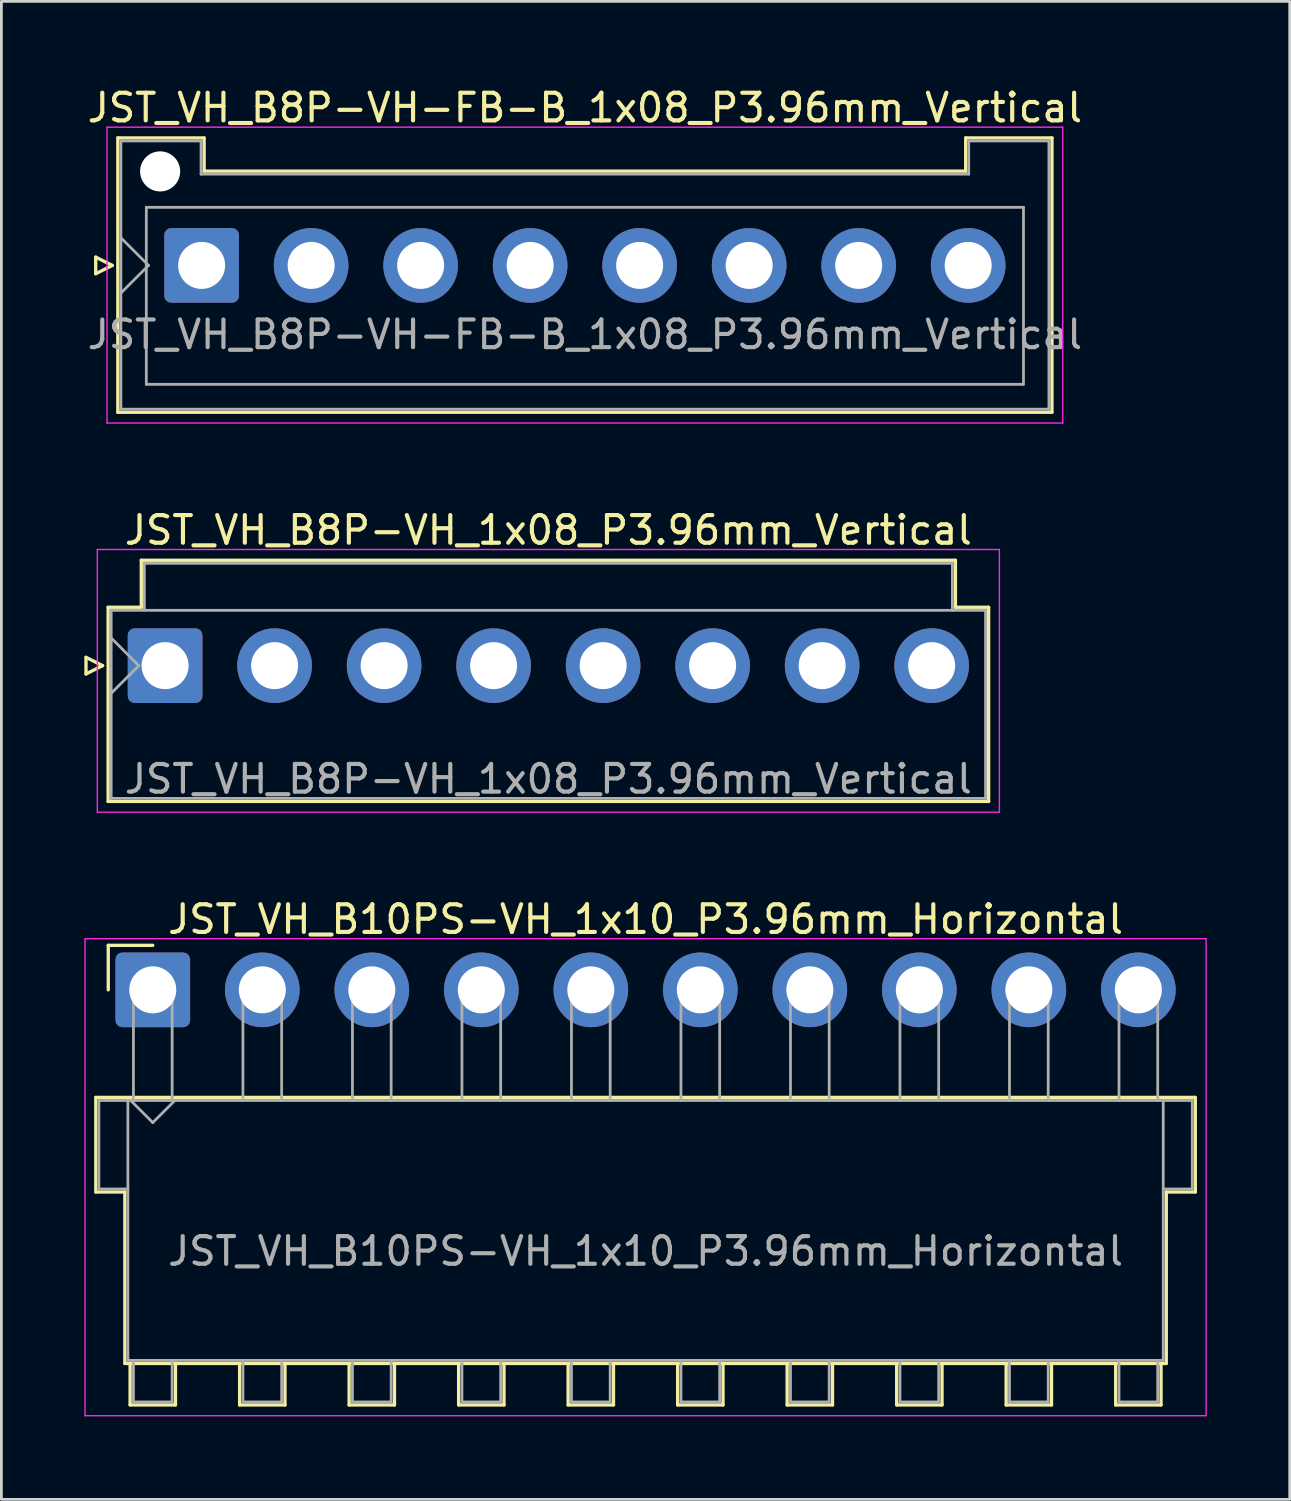
<source format=kicad_pcb>
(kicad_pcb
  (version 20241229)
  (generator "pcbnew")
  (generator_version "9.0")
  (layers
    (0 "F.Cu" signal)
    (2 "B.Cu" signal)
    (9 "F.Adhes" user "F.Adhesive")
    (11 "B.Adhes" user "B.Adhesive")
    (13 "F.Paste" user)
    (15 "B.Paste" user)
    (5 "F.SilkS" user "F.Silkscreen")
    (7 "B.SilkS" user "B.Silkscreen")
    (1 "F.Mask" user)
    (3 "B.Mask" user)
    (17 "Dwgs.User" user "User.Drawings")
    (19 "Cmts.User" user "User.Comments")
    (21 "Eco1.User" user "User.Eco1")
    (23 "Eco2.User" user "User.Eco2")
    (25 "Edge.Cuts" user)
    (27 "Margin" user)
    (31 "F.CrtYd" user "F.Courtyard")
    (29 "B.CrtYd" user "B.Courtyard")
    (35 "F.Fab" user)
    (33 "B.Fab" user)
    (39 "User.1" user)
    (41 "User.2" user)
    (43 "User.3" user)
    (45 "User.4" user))
  (footprint "JST_VH_B10PS-VH_1x10_P3.96mm_Horizontal"
    (layer "F.Cu")
    (at 2.475 32.745)
    (property "Reference" "JST_VH_B10PS-VH_1x10_P3.96mm_Horizontal" (at 17.82 -2.55 0) (layer "F.SilkS") (effects (font (size 1 1) (thickness 0.15))))
    (attr through_hole)
    (fp_line (start -2.06 3.89) (end 37.7 3.89) (stroke (width 0.12) (type solid)) (layer "F.SilkS"))
    (fp_line (start -2.06 7.31) (end -2.06 3.89) (stroke (width 0.12) (type solid)) (layer "F.SilkS"))
    (fp_line (start -1.61 -1.61) (end -1.61 0) (stroke (width 0.12) (type solid)) (layer "F.SilkS"))
    (fp_line (start -1.01 7.31) (end -2.06 7.31) (stroke (width 0.12) (type solid)) (layer "F.SilkS"))
    (fp_line (start -1.01 13.51) (end -1.01 7.31) (stroke (width 0.12) (type solid)) (layer "F.SilkS"))
    (fp_line (start -0.82 13.51) (end -0.82 15.01) (stroke (width 0.12) (type solid)) (layer "F.SilkS"))
    (fp_line (start -0.82 15.01) (end 0.82 15.01) (stroke (width 0.12) (type solid)) (layer "F.SilkS"))
    (fp_line (start 0 -1.61) (end -1.61 -1.61) (stroke (width 0.12) (type solid)) (layer "F.SilkS"))
    (fp_line (start 0.82 15.01) (end 0.82 13.51) (stroke (width 0.12) (type solid)) (layer "F.SilkS"))
    (fp_line (start 3.14 13.51) (end 3.14 15.01) (stroke (width 0.12) (type solid)) (layer "F.SilkS"))
    (fp_line (start 3.14 15.01) (end 4.78 15.01) (stroke (width 0.12) (type solid)) (layer "F.SilkS"))
    (fp_line (start 4.78 15.01) (end 4.78 13.51) (stroke (width 0.12) (type solid)) (layer "F.SilkS"))
    (fp_line (start 7.1 13.51) (end 7.1 15.01) (stroke (width 0.12) (type solid)) (layer "F.SilkS"))
    (fp_line (start 7.1 15.01) (end 8.74 15.01) (stroke (width 0.12) (type solid)) (layer "F.SilkS"))
    (fp_line (start 8.74 15.01) (end 8.74 13.51) (stroke (width 0.12) (type solid)) (layer "F.SilkS"))
    (fp_line (start 11.06 13.51) (end 11.06 15.01) (stroke (width 0.12) (type solid)) (layer "F.SilkS"))
    (fp_line (start 11.06 15.01) (end 12.7 15.01) (stroke (width 0.12) (type solid)) (layer "F.SilkS"))
    (fp_line (start 12.7 15.01) (end 12.7 13.51) (stroke (width 0.12) (type solid)) (layer "F.SilkS"))
    (fp_line (start 15.02 13.51) (end 15.02 15.01) (stroke (width 0.12) (type solid)) (layer "F.SilkS"))
    (fp_line (start 15.02 15.01) (end 16.66 15.01) (stroke (width 0.12) (type solid)) (layer "F.SilkS"))
    (fp_line (start 16.66 15.01) (end 16.66 13.51) (stroke (width 0.12) (type solid)) (layer "F.SilkS"))
    (fp_line (start 18.98 13.51) (end 18.98 15.01) (stroke (width 0.12) (type solid)) (layer "F.SilkS"))
    (fp_line (start 18.98 15.01) (end 20.62 15.01) (stroke (width 0.12) (type solid)) (layer "F.SilkS"))
    (fp_line (start 20.62 15.01) (end 20.62 13.51) (stroke (width 0.12) (type solid)) (layer "F.SilkS"))
    (fp_line (start 22.94 13.51) (end 22.94 15.01) (stroke (width 0.12) (type solid)) (layer "F.SilkS"))
    (fp_line (start 22.94 15.01) (end 24.58 15.01) (stroke (width 0.12) (type solid)) (layer "F.SilkS"))
    (fp_line (start 24.58 15.01) (end 24.58 13.51) (stroke (width 0.12) (type solid)) (layer "F.SilkS"))
    (fp_line (start 26.9 13.51) (end 26.9 15.01) (stroke (width 0.12) (type solid)) (layer "F.SilkS"))
    (fp_line (start 26.9 15.01) (end 28.54 15.01) (stroke (width 0.12) (type solid)) (layer "F.SilkS"))
    (fp_line (start 28.54 15.01) (end 28.54 13.51) (stroke (width 0.12) (type solid)) (layer "F.SilkS"))
    (fp_line (start 30.86 13.51) (end 30.86 15.01) (stroke (width 0.12) (type solid)) (layer "F.SilkS"))
    (fp_line (start 30.86 15.01) (end 32.5 15.01) (stroke (width 0.12) (type solid)) (layer "F.SilkS"))
    (fp_line (start 32.5 15.01) (end 32.5 13.51) (stroke (width 0.12) (type solid)) (layer "F.SilkS"))
    (fp_line (start 34.82 13.51) (end 34.82 15.01) (stroke (width 0.12) (type solid)) (layer "F.SilkS"))
    (fp_line (start 34.82 15.01) (end 36.46 15.01) (stroke (width 0.12) (type solid)) (layer "F.SilkS"))
    (fp_line (start 36.46 15.01) (end 36.46 13.51) (stroke (width 0.12) (type solid)) (layer "F.SilkS"))
    (fp_line (start 36.65 7.31) (end 36.65 13.51) (stroke (width 0.12) (type solid)) (layer "F.SilkS"))
    (fp_line (start 36.65 13.51) (end -1.01 13.51) (stroke (width 0.12) (type solid)) (layer "F.SilkS"))
    (fp_line (start 37.7 3.89) (end 37.7 7.31) (stroke (width 0.12) (type solid)) (layer "F.SilkS"))
    (fp_line (start 37.7 7.31) (end 36.65 7.31) (stroke (width 0.12) (type solid)) (layer "F.SilkS"))
    (fp_line (start -2.45 -1.85) (end -2.45 15.4) (stroke (width 0.05) (type solid)) (layer "F.CrtYd"))
    (fp_line (start -2.45 15.4) (end 38.09 15.4) (stroke (width 0.05) (type solid)) (layer "F.CrtYd"))
    (fp_line (start 38.09 -1.85) (end -2.45 -1.85) (stroke (width 0.05) (type solid)) (layer "F.CrtYd"))
    (fp_line (start 38.09 15.4) (end 38.09 -1.85) (stroke (width 0.05) (type solid)) (layer "F.CrtYd"))
    (fp_line (start -1.95 4) (end -0.9 4) (stroke (width 0.1) (type solid)) (layer "F.Fab"))
    (fp_line (start -1.95 7.2) (end -1.95 4) (stroke (width 0.1) (type solid)) (layer "F.Fab"))
    (fp_line (start -0.9 4) (end -0.9 13.4) (stroke (width 0.1) (type solid)) (layer "F.Fab"))
    (fp_line (start -0.9 7.2) (end -1.95 7.2) (stroke (width 0.1) (type solid)) (layer "F.Fab"))
    (fp_line (start -0.9 13.4) (end 36.54 13.4) (stroke (width 0.1) (type solid)) (layer "F.Fab"))
    (fp_line (start -0.8 4) (end 0 4.8) (stroke (width 0.1) (type solid)) (layer "F.Fab"))
    (fp_line (start -0.7 0) (end 0.7 0) (stroke (width 0.1) (type solid)) (layer "F.Fab"))
    (fp_line (start -0.7 4) (end -0.7 0) (stroke (width 0.1) (type solid)) (layer "F.Fab"))
    (fp_line (start -0.7 13.4) (end -0.7 14.9) (stroke (width 0.1) (type solid)) (layer "F.Fab"))
    (fp_line (start -0.7 14.9) (end 0.7 14.9) (stroke (width 0.1) (type solid)) (layer "F.Fab"))
    (fp_line (start 0 4.8) (end 0.8 4) (stroke (width 0.1) (type solid)) (layer "F.Fab"))
    (fp_line (start 0.7 0) (end 0.7 4) (stroke (width 0.1) (type solid)) (layer "F.Fab"))
    (fp_line (start 0.7 14.9) (end 0.7 13.4) (stroke (width 0.1) (type solid)) (layer "F.Fab"))
    (fp_line (start 3.26 0) (end 4.66 0) (stroke (width 0.1) (type solid)) (layer "F.Fab"))
    (fp_line (start 3.26 4) (end 3.26 0) (stroke (width 0.1) (type solid)) (layer "F.Fab"))
    (fp_line (start 3.26 13.4) (end 3.26 14.9) (stroke (width 0.1) (type solid)) (layer "F.Fab"))
    (fp_line (start 3.26 14.9) (end 4.66 14.9) (stroke (width 0.1) (type solid)) (layer "F.Fab"))
    (fp_line (start 4.66 0) (end 4.66 4) (stroke (width 0.1) (type solid)) (layer "F.Fab"))
    (fp_line (start 4.66 14.9) (end 4.66 13.4) (stroke (width 0.1) (type solid)) (layer "F.Fab"))
    (fp_line (start 7.22 0) (end 8.62 0) (stroke (width 0.1) (type solid)) (layer "F.Fab"))
    (fp_line (start 7.22 4) (end 7.22 0) (stroke (width 0.1) (type solid)) (layer "F.Fab"))
    (fp_line (start 7.22 13.4) (end 7.22 14.9) (stroke (width 0.1) (type solid)) (layer "F.Fab"))
    (fp_line (start 7.22 14.9) (end 8.62 14.9) (stroke (width 0.1) (type solid)) (layer "F.Fab"))
    (fp_line (start 8.62 0) (end 8.62 4) (stroke (width 0.1) (type solid)) (layer "F.Fab"))
    (fp_line (start 8.62 14.9) (end 8.62 13.4) (stroke (width 0.1) (type solid)) (layer "F.Fab"))
    (fp_line (start 11.18 0) (end 12.58 0) (stroke (width 0.1) (type solid)) (layer "F.Fab"))
    (fp_line (start 11.18 4) (end 11.18 0) (stroke (width 0.1) (type solid)) (layer "F.Fab"))
    (fp_line (start 11.18 13.4) (end 11.18 14.9) (stroke (width 0.1) (type solid)) (layer "F.Fab"))
    (fp_line (start 11.18 14.9) (end 12.58 14.9) (stroke (width 0.1) (type solid)) (layer "F.Fab"))
    (fp_line (start 12.58 0) (end 12.58 4) (stroke (width 0.1) (type solid)) (layer "F.Fab"))
    (fp_line (start 12.58 14.9) (end 12.58 13.4) (stroke (width 0.1) (type solid)) (layer "F.Fab"))
    (fp_line (start 15.14 0) (end 16.54 0) (stroke (width 0.1) (type solid)) (layer "F.Fab"))
    (fp_line (start 15.14 4) (end 15.14 0) (stroke (width 0.1) (type solid)) (layer "F.Fab"))
    (fp_line (start 15.14 13.4) (end 15.14 14.9) (stroke (width 0.1) (type solid)) (layer "F.Fab"))
    (fp_line (start 15.14 14.9) (end 16.54 14.9) (stroke (width 0.1) (type solid)) (layer "F.Fab"))
    (fp_line (start 16.54 0) (end 16.54 4) (stroke (width 0.1) (type solid)) (layer "F.Fab"))
    (fp_line (start 16.54 14.9) (end 16.54 13.4) (stroke (width 0.1) (type solid)) (layer "F.Fab"))
    (fp_line (start 19.1 0) (end 20.5 0) (stroke (width 0.1) (type solid)) (layer "F.Fab"))
    (fp_line (start 19.1 4) (end 19.1 0) (stroke (width 0.1) (type solid)) (layer "F.Fab"))
    (fp_line (start 19.1 13.4) (end 19.1 14.9) (stroke (width 0.1) (type solid)) (layer "F.Fab"))
    (fp_line (start 19.1 14.9) (end 20.5 14.9) (stroke (width 0.1) (type solid)) (layer "F.Fab"))
    (fp_line (start 20.5 0) (end 20.5 4) (stroke (width 0.1) (type solid)) (layer "F.Fab"))
    (fp_line (start 20.5 14.9) (end 20.5 13.4) (stroke (width 0.1) (type solid)) (layer "F.Fab"))
    (fp_line (start 23.06 0) (end 24.46 0) (stroke (width 0.1) (type solid)) (layer "F.Fab"))
    (fp_line (start 23.06 4) (end 23.06 0) (stroke (width 0.1) (type solid)) (layer "F.Fab"))
    (fp_line (start 23.06 13.4) (end 23.06 14.9) (stroke (width 0.1) (type solid)) (layer "F.Fab"))
    (fp_line (start 23.06 14.9) (end 24.46 14.9) (stroke (width 0.1) (type solid)) (layer "F.Fab"))
    (fp_line (start 24.46 0) (end 24.46 4) (stroke (width 0.1) (type solid)) (layer "F.Fab"))
    (fp_line (start 24.46 14.9) (end 24.46 13.4) (stroke (width 0.1) (type solid)) (layer "F.Fab"))
    (fp_line (start 27.02 0) (end 28.42 0) (stroke (width 0.1) (type solid)) (layer "F.Fab"))
    (fp_line (start 27.02 4) (end 27.02 0) (stroke (width 0.1) (type solid)) (layer "F.Fab"))
    (fp_line (start 27.02 13.4) (end 27.02 14.9) (stroke (width 0.1) (type solid)) (layer "F.Fab"))
    (fp_line (start 27.02 14.9) (end 28.42 14.9) (stroke (width 0.1) (type solid)) (layer "F.Fab"))
    (fp_line (start 28.42 0) (end 28.42 4) (stroke (width 0.1) (type solid)) (layer "F.Fab"))
    (fp_line (start 28.42 14.9) (end 28.42 13.4) (stroke (width 0.1) (type solid)) (layer "F.Fab"))
    (fp_line (start 30.98 0) (end 32.38 0) (stroke (width 0.1) (type solid)) (layer "F.Fab"))
    (fp_line (start 30.98 4) (end 30.98 0) (stroke (width 0.1) (type solid)) (layer "F.Fab"))
    (fp_line (start 30.98 13.4) (end 30.98 14.9) (stroke (width 0.1) (type solid)) (layer "F.Fab"))
    (fp_line (start 30.98 14.9) (end 32.38 14.9) (stroke (width 0.1) (type solid)) (layer "F.Fab"))
    (fp_line (start 32.38 0) (end 32.38 4) (stroke (width 0.1) (type solid)) (layer "F.Fab"))
    (fp_line (start 32.38 14.9) (end 32.38 13.4) (stroke (width 0.1) (type solid)) (layer "F.Fab"))
    (fp_line (start 34.94 0) (end 36.34 0) (stroke (width 0.1) (type solid)) (layer "F.Fab"))
    (fp_line (start 34.94 4) (end 34.94 0) (stroke (width 0.1) (type solid)) (layer "F.Fab"))
    (fp_line (start 34.94 13.4) (end 34.94 14.9) (stroke (width 0.1) (type solid)) (layer "F.Fab"))
    (fp_line (start 34.94 14.9) (end 36.34 14.9) (stroke (width 0.1) (type solid)) (layer "F.Fab"))
    (fp_line (start 36.34 0) (end 36.34 4) (stroke (width 0.1) (type solid)) (layer "F.Fab"))
    (fp_line (start 36.34 14.9) (end 36.34 13.4) (stroke (width 0.1) (type solid)) (layer "F.Fab"))
    (fp_line (start 36.54 4) (end -0.9 4) (stroke (width 0.1) (type solid)) (layer "F.Fab"))
    (fp_line (start 36.54 4) (end 37.59 4) (stroke (width 0.1) (type solid)) (layer "F.Fab"))
    (fp_line (start 36.54 13.4) (end 36.54 4) (stroke (width 0.1) (type solid)) (layer "F.Fab"))
    (fp_line (start 37.59 4) (end 37.59 7.2) (stroke (width 0.1) (type solid)) (layer "F.Fab"))
    (fp_line (start 37.59 7.2) (end 36.54 7.2) (stroke (width 0.1) (type solid)) (layer "F.Fab"))
    (fp_text user "${REFERENCE}" (at 17.82 9.45 0) (layer "F.Fab") (effects (font (size 1 1) (thickness 0.15))))
    (pad "1" thru_hole roundrect (at 0 0) (size 2.7 2.7) (drill 1.7) (layers "*.Cu" "*.Mask") (roundrect_rratio 0.093))
    (pad "2" thru_hole circle (at 3.96 0) (size 2.7 2.7) (drill 1.7) (layers "*.Cu" "*.Mask"))
    (pad "3" thru_hole circle (at 7.92 0) (size 2.7 2.7) (drill 1.7) (layers "*.Cu" "*.Mask"))
    (pad "4" thru_hole circle (at 11.88 0) (size 2.7 2.7) (drill 1.7) (layers "*.Cu" "*.Mask"))
    (pad "5" thru_hole circle (at 15.84 0) (size 2.7 2.7) (drill 1.7) (layers "*.Cu" "*.Mask"))
    (pad "6" thru_hole circle (at 19.8 0) (size 2.7 2.7) (drill 1.7) (layers "*.Cu" "*.Mask"))
    (pad "7" thru_hole circle (at 23.76 0) (size 2.7 2.7) (drill 1.7) (layers "*.Cu" "*.Mask"))
    (pad "8" thru_hole circle (at 27.72 0) (size 2.7 2.7) (drill 1.7) (layers "*.Cu" "*.Mask"))
    (pad "9" thru_hole circle (at 31.68 0) (size 2.7 2.7) (drill 1.7) (layers "*.Cu" "*.Mask"))
    (pad "10" thru_hole circle (at 35.64 0) (size 2.7 2.7) (drill 1.7) (layers "*.Cu" "*.Mask")))
  (footprint "JST_VH_B8P-VH-FB-B_1x08_P3.96mm_Vertical"
    (layer "F.Cu")
    (at 4.241 6.548)
    (property "Reference" "JST_VH_B8P-VH-FB-B_1x08_P3.96mm_Vertical" (at 13.86 -5.7 0) (layer "F.SilkS") (effects (font (size 1 1) (thickness 0.15))))
    (attr through_hole)
    (fp_line (start -3.83 -0.3) (end -3.23 0) (stroke (width 0.12) (type solid)) (layer "F.SilkS"))
    (fp_line (start -3.83 0.3) (end -3.83 -0.3) (stroke (width 0.12) (type solid)) (layer "F.SilkS"))
    (fp_line (start -3.23 0) (end -3.83 0.3) (stroke (width 0.12) (type solid)) (layer "F.SilkS"))
    (fp_line (start -3.03 -4.61) (end 0.09 -4.61) (stroke (width 0.12) (type solid)) (layer "F.SilkS"))
    (fp_line (start -3.03 5.31) (end -3.03 -4.61) (stroke (width 0.12) (type solid)) (layer "F.SilkS"))
    (fp_line (start 0.09 -4.61) (end 0.09 -3.41) (stroke (width 0.12) (type solid)) (layer "F.SilkS"))
    (fp_line (start 0.09 -3.41) (end 27.63 -3.41) (stroke (width 0.12) (type solid)) (layer "F.SilkS"))
    (fp_line (start 27.63 -4.61) (end 30.75 -4.61) (stroke (width 0.12) (type solid)) (layer "F.SilkS"))
    (fp_line (start 27.63 -3.41) (end 27.63 -4.61) (stroke (width 0.12) (type solid)) (layer "F.SilkS"))
    (fp_line (start 30.75 -4.61) (end 30.75 5.31) (stroke (width 0.12) (type solid)) (layer "F.SilkS"))
    (fp_line (start 30.75 5.31) (end -3.03 5.31) (stroke (width 0.12) (type solid)) (layer "F.SilkS"))
    (fp_line (start -3.42 -5) (end -3.42 5.7) (stroke (width 0.05) (type solid)) (layer "F.CrtYd"))
    (fp_line (start -3.42 5.7) (end 31.14 5.7) (stroke (width 0.05) (type solid)) (layer "F.CrtYd"))
    (fp_line (start 31.14 -5) (end -3.42 -5) (stroke (width 0.05) (type solid)) (layer "F.CrtYd"))
    (fp_line (start 31.14 5.7) (end 31.14 -5) (stroke (width 0.05) (type solid)) (layer "F.CrtYd"))
    (fp_line (start -2.92 -4.5) (end -0.02 -4.5) (stroke (width 0.1) (type solid)) (layer "F.Fab"))
    (fp_line (start -2.92 -1) (end -1.92 0) (stroke (width 0.1) (type solid)) (layer "F.Fab"))
    (fp_line (start -2.92 1) (end -1.92 0) (stroke (width 0.1) (type solid)) (layer "F.Fab"))
    (fp_line (start -2.92 5.2) (end -2.92 -4.5) (stroke (width 0.1) (type solid)) (layer "F.Fab"))
    (fp_line (start -2 -2.1) (end 29.72 -2.1) (stroke (width 0.1) (type solid)) (layer "F.Fab"))
    (fp_line (start -2 4.3) (end -2 -2.1) (stroke (width 0.1) (type solid)) (layer "F.Fab"))
    (fp_line (start -0.02 -4.5) (end -0.02 -3.3) (stroke (width 0.1) (type solid)) (layer "F.Fab"))
    (fp_line (start -0.02 -3.3) (end 27.74 -3.3) (stroke (width 0.1) (type solid)) (layer "F.Fab"))
    (fp_line (start 27.74 -4.5) (end 30.64 -4.5) (stroke (width 0.1) (type solid)) (layer "F.Fab"))
    (fp_line (start 27.74 -3.3) (end 27.74 -4.5) (stroke (width 0.1) (type solid)) (layer "F.Fab"))
    (fp_line (start 29.72 -2.1) (end 29.72 4.3) (stroke (width 0.1) (type solid)) (layer "F.Fab"))
    (fp_line (start 29.72 4.3) (end -2 4.3) (stroke (width 0.1) (type solid)) (layer "F.Fab"))
    (fp_line (start 30.64 -4.5) (end 30.64 5.2) (stroke (width 0.1) (type solid)) (layer "F.Fab"))
    (fp_line (start 30.64 5.2) (end -2.92 5.2) (stroke (width 0.1) (type solid)) (layer "F.Fab"))
    (fp_text user "${REFERENCE}" (at 13.86 2.5 0) (layer "F.Fab") (effects (font (size 1 1) (thickness 0.15))))
    (pad "" np_thru_hole circle (at -1.5 -3.4) (size 1.45 1.45) (drill 1.45) (layers "*.Cu" "*.Mask"))
    (pad "1" thru_hole roundrect (at 0 0) (size 2.7 2.7) (drill 1.7) (layers "*.Cu" "*.Mask") (roundrect_rratio 0.093))
    (pad "2" thru_hole circle (at 3.96 0) (size 2.7 2.7) (drill 1.7) (layers "*.Cu" "*.Mask"))
    (pad "3" thru_hole circle (at 7.92 0) (size 2.7 2.7) (drill 1.7) (layers "*.Cu" "*.Mask"))
    (pad "4" thru_hole circle (at 11.88 0) (size 2.7 2.7) (drill 1.7) (layers "*.Cu" "*.Mask"))
    (pad "5" thru_hole circle (at 15.84 0) (size 2.7 2.7) (drill 1.7) (layers "*.Cu" "*.Mask"))
    (pad "6" thru_hole circle (at 19.8 0) (size 2.7 2.7) (drill 1.7) (layers "*.Cu" "*.Mask"))
    (pad "7" thru_hole circle (at 23.76 0) (size 2.7 2.7) (drill 1.7) (layers "*.Cu" "*.Mask"))
    (pad "8" thru_hole circle (at 27.72 0) (size 2.7 2.7) (drill 1.7) (layers "*.Cu" "*.Mask")))
  (footprint "JST_VH_B8P-VH_1x08_P3.96mm_Vertical"
    (layer "F.Cu")
    (at 2.92 21.021)
    (property "Reference" "JST_VH_B8P-VH_1x08_P3.96mm_Vertical" (at 13.86 -4.9 0) (layer "F.SilkS") (effects (font (size 1 1) (thickness 0.15))))
    (attr through_hole)
    (fp_line (start -2.86 -0.3) (end -2.26 0) (stroke (width 0.12) (type solid)) (layer "F.SilkS"))
    (fp_line (start -2.86 0.3) (end -2.86 -0.3) (stroke (width 0.12) (type solid)) (layer "F.SilkS"))
    (fp_line (start -2.26 0) (end -2.86 0.3) (stroke (width 0.12) (type solid)) (layer "F.SilkS"))
    (fp_line (start -2.06 -2.11) (end -0.86 -2.11) (stroke (width 0.12) (type solid)) (layer "F.SilkS"))
    (fp_line (start -2.06 4.91) (end -2.06 -2.11) (stroke (width 0.12) (type solid)) (layer "F.SilkS"))
    (fp_line (start -0.86 -3.81) (end 28.58 -3.81) (stroke (width 0.12) (type solid)) (layer "F.SilkS"))
    (fp_line (start -0.86 -2.11) (end -0.86 -3.81) (stroke (width 0.12) (type solid)) (layer "F.SilkS"))
    (fp_line (start 28.58 -3.81) (end 28.58 -2.11) (stroke (width 0.12) (type solid)) (layer "F.SilkS"))
    (fp_line (start 28.58 -2.11) (end 29.78 -2.11) (stroke (width 0.12) (type solid)) (layer "F.SilkS"))
    (fp_line (start 29.78 -2.11) (end 29.78 4.91) (stroke (width 0.12) (type solid)) (layer "F.SilkS"))
    (fp_line (start 29.78 4.91) (end -2.06 4.91) (stroke (width 0.12) (type solid)) (layer "F.SilkS"))
    (fp_line (start -2.45 -4.2) (end -2.45 5.3) (stroke (width 0.05) (type solid)) (layer "F.CrtYd"))
    (fp_line (start -2.45 5.3) (end 30.17 5.3) (stroke (width 0.05) (type solid)) (layer "F.CrtYd"))
    (fp_line (start 30.17 -4.2) (end -2.45 -4.2) (stroke (width 0.05) (type solid)) (layer "F.CrtYd"))
    (fp_line (start 30.17 5.3) (end 30.17 -4.2) (stroke (width 0.05) (type solid)) (layer "F.CrtYd"))
    (fp_line (start -1.95 -2) (end -1.95 4.8) (stroke (width 0.1) (type solid)) (layer "F.Fab"))
    (fp_line (start -1.95 -1) (end -0.95 0) (stroke (width 0.1) (type solid)) (layer "F.Fab"))
    (fp_line (start -1.95 1) (end -0.95 0) (stroke (width 0.1) (type solid)) (layer "F.Fab"))
    (fp_line (start -1.95 4.8) (end 29.67 4.8) (stroke (width 0.1) (type solid)) (layer "F.Fab"))
    (fp_line (start -0.75 -3.7) (end 28.47 -3.7) (stroke (width 0.1) (type solid)) (layer "F.Fab"))
    (fp_line (start -0.75 -2) (end -0.75 -3.7) (stroke (width 0.1) (type solid)) (layer "F.Fab"))
    (fp_line (start 28.47 -3.7) (end 28.47 -2) (stroke (width 0.1) (type solid)) (layer "F.Fab"))
    (fp_line (start 29.67 -2) (end -1.95 -2) (stroke (width 0.1) (type solid)) (layer "F.Fab"))
    (fp_line (start 29.67 4.8) (end 29.67 -2) (stroke (width 0.1) (type solid)) (layer "F.Fab"))
    (fp_text user "${REFERENCE}" (at 13.86 4.1 0) (layer "F.Fab") (effects (font (size 1 1) (thickness 0.15))))
    (pad "1" thru_hole roundrect (at 0 0) (size 2.7 2.7) (drill 1.7) (layers "*.Cu" "*.Mask") (roundrect_rratio 0.093))
    (pad "2" thru_hole circle (at 3.96 0) (size 2.7 2.7) (drill 1.7) (layers "*.Cu" "*.Mask"))
    (pad "3" thru_hole circle (at 7.92 0) (size 2.7 2.7) (drill 1.7) (layers "*.Cu" "*.Mask"))
    (pad "4" thru_hole circle (at 11.88 0) (size 2.7 2.7) (drill 1.7) (layers "*.Cu" "*.Mask"))
    (pad "5" thru_hole circle (at 15.84 0) (size 2.7 2.7) (drill 1.7) (layers "*.Cu" "*.Mask"))
    (pad "6" thru_hole circle (at 19.8 0) (size 2.7 2.7) (drill 1.7) (layers "*.Cu" "*.Mask"))
    (pad "7" thru_hole circle (at 23.76 0) (size 2.7 2.7) (drill 1.7) (layers "*.Cu" "*.Mask"))
    (pad "8" thru_hole circle (at 27.72 0) (size 2.7 2.7) (drill 1.7) (layers "*.Cu" "*.Mask")))
  (gr_rect
    (start -3 -3)
    (end 43.59 51.17)
    (stroke (width 0.1) (type default))
    (fill no)
    (layer "Edge.Cuts")))
</source>
